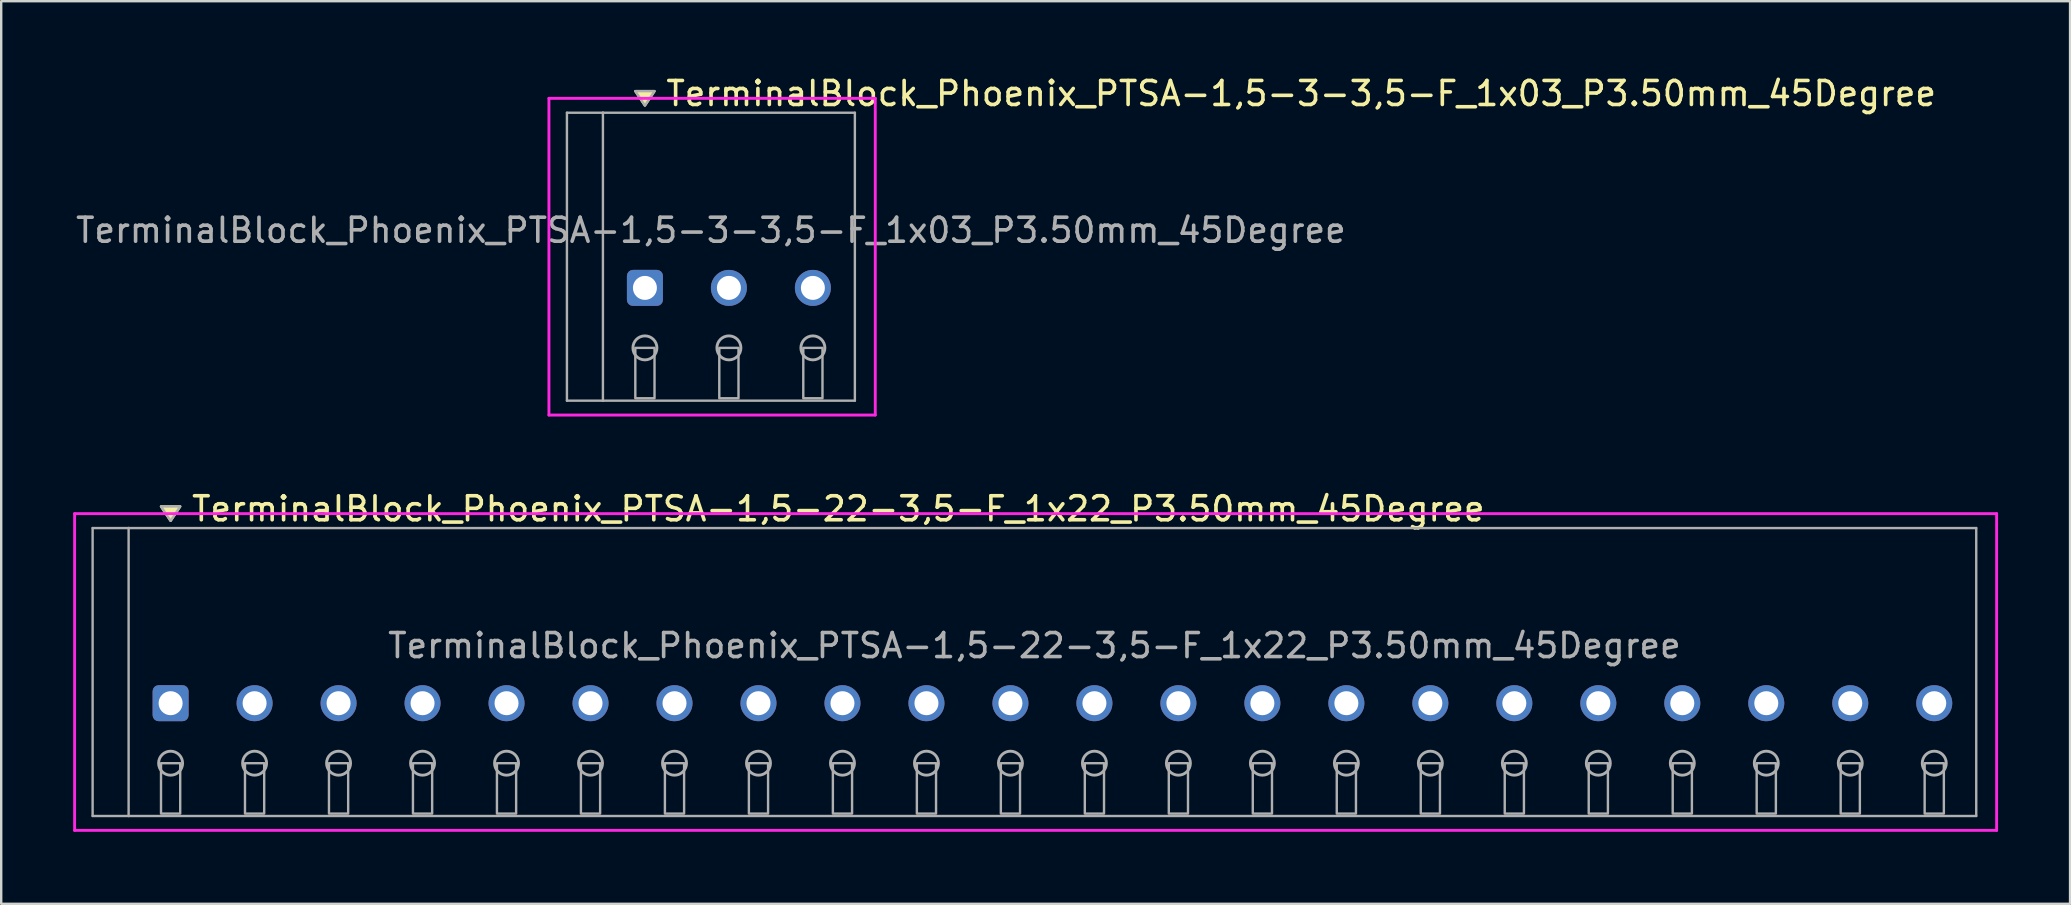
<source format=kicad_pcb>
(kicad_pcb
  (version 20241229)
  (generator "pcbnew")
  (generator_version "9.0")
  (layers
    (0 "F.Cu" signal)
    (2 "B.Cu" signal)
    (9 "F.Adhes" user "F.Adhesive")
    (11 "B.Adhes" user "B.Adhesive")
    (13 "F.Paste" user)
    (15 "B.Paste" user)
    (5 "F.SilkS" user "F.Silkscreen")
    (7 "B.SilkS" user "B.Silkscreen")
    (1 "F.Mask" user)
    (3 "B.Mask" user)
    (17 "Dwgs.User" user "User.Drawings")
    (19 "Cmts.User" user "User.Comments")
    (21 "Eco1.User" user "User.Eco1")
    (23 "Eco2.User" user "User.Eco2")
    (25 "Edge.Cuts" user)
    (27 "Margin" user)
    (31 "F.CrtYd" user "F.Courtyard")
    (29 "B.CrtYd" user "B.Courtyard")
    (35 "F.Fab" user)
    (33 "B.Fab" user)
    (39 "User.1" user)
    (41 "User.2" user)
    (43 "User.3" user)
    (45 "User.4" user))
  (footprint "TerminalBlock_Phoenix_PTSA-1,5-22-3,5-F_1x22_P3.50mm_45Degree"
    (layer "F.Cu")
    (at 4.06 26.256)
    (property "Reference" "TerminalBlock_Phoenix_PTSA-1,5-22-3,5-F_1x22_P3.50mm_45Degree" (at 0.8 -8.1 0) (layer "F.SilkS") (effects (font (size 1 1) (thickness 0.15)) (justify left)))
    (attr through_hole)
    (fp_poly (pts (xy 0 -7.6) (xy -0.4 -8.2) (xy 0.4 -8.2)) (stroke (width 0.1) (type solid)) (fill yes) (layer "F.SilkS"))
    (fp_line (start -4 -7.9) (end 76.1 -7.9) (stroke (width 0.12) (type solid)) (layer "F.CrtYd"))
    (fp_line (start -4 5.3) (end -4 -7.9) (stroke (width 0.12) (type solid)) (layer "F.CrtYd"))
    (fp_line (start 76.1 -7.9) (end 76.1 5.3) (stroke (width 0.12) (type solid)) (layer "F.CrtYd"))
    (fp_line (start 76.1 5.3) (end -4 5.3) (stroke (width 0.12) (type solid)) (layer "F.CrtYd"))
    (fp_line (start -3.25 -7.3) (end -1.75 -7.3) (stroke (width 0.1) (type solid)) (layer "F.Fab"))
    (fp_line (start -3.25 4.7) (end -3.25 -7.3) (stroke (width 0.1) (type solid)) (layer "F.Fab"))
    (fp_line (start -1.75 -7.3) (end -1.75 4.7) (stroke (width 0.1) (type solid)) (layer "F.Fab"))
    (fp_line (start -1.75 4.7) (end -3.25 4.7) (stroke (width 0.1) (type solid)) (layer "F.Fab"))
    (fp_line (start -1.75 4.7) (end 75.25 4.7) (stroke (width 0.1) (type solid)) (layer "F.Fab"))
    (fp_line (start 75.25 -7.3) (end -1.75 -7.3) (stroke (width 0.1) (type solid)) (layer "F.Fab"))
    (fp_line (start 75.25 4.7) (end 75.25 -7.3) (stroke (width 0.1) (type solid)) (layer "F.Fab"))
    (fp_circle (center 0 2.5) (end -0.5 2.5) (stroke (width 0.12) (type solid)) (fill no) (layer "F.Fab"))
    (fp_circle (center 3.5 2.5) (end 3 2.5) (stroke (width 0.12) (type solid)) (fill no) (layer "F.Fab"))
    (fp_circle (center 7 2.5) (end 6.5 2.5) (stroke (width 0.12) (type solid)) (fill no) (layer "F.Fab"))
    (fp_circle (center 10.5 2.5) (end 10 2.5) (stroke (width 0.12) (type solid)) (fill no) (layer "F.Fab"))
    (fp_circle (center 14 2.5) (end 13.5 2.5) (stroke (width 0.12) (type solid)) (fill no) (layer "F.Fab"))
    (fp_circle (center 17.5 2.5) (end 17 2.5) (stroke (width 0.12) (type solid)) (fill no) (layer "F.Fab"))
    (fp_circle (center 21 2.5) (end 20.5 2.5) (stroke (width 0.12) (type solid)) (fill no) (layer "F.Fab"))
    (fp_circle (center 24.5 2.5) (end 24 2.5) (stroke (width 0.12) (type solid)) (fill no) (layer "F.Fab"))
    (fp_circle (center 28 2.5) (end 27.5 2.5) (stroke (width 0.12) (type solid)) (fill no) (layer "F.Fab"))
    (fp_circle (center 31.5 2.5) (end 31 2.5) (stroke (width 0.12) (type solid)) (fill no) (layer "F.Fab"))
    (fp_circle (center 35 2.5) (end 34.5 2.5) (stroke (width 0.12) (type solid)) (fill no) (layer "F.Fab"))
    (fp_circle (center 38.5 2.5) (end 38 2.5) (stroke (width 0.12) (type solid)) (fill no) (layer "F.Fab"))
    (fp_circle (center 42 2.5) (end 41.5 2.5) (stroke (width 0.12) (type solid)) (fill no) (layer "F.Fab"))
    (fp_circle (center 45.5 2.5) (end 45 2.5) (stroke (width 0.12) (type solid)) (fill no) (layer "F.Fab"))
    (fp_circle (center 49 2.5) (end 48.5 2.5) (stroke (width 0.12) (type solid)) (fill no) (layer "F.Fab"))
    (fp_circle (center 52.5 2.5) (end 52 2.5) (stroke (width 0.12) (type solid)) (fill no) (layer "F.Fab"))
    (fp_circle (center 56 2.5) (end 55.5 2.5) (stroke (width 0.12) (type solid)) (fill no) (layer "F.Fab"))
    (fp_circle (center 59.5 2.5) (end 59 2.5) (stroke (width 0.12) (type solid)) (fill no) (layer "F.Fab"))
    (fp_circle (center 63 2.5) (end 62.5 2.5) (stroke (width 0.12) (type solid)) (fill no) (layer "F.Fab"))
    (fp_circle (center 66.5 2.5) (end 66 2.5) (stroke (width 0.12) (type solid)) (fill no) (layer "F.Fab"))
    (fp_circle (center 70 2.5) (end 69.5 2.5) (stroke (width 0.12) (type solid)) (fill no) (layer "F.Fab"))
    (fp_circle (center 73.5 2.5) (end 73 2.5) (stroke (width 0.12) (type solid)) (fill no) (layer "F.Fab"))
    (fp_poly (pts (xy 0 -7.6) (xy -0.4 -8.2) (xy 0.4 -8.2)) (stroke (width 0.1) (type solid)) (fill no) (layer "F.Fab"))
    (fp_poly (pts (xy -0.4 2.5) (xy -0.4 4.6) (xy 0.4 4.6) (xy 0.4 2.5)) (stroke (width 0.1) (type solid)) (fill no) (layer "F.Fab"))
    (fp_poly (pts (xy 3.1 2.5) (xy 3.1 4.6) (xy 3.9 4.6) (xy 3.9 2.5)) (stroke (width 0.1) (type solid)) (fill no) (layer "F.Fab"))
    (fp_poly (pts (xy 6.6 2.5) (xy 6.6 4.6) (xy 7.4 4.6) (xy 7.4 2.5)) (stroke (width 0.1) (type solid)) (fill no) (layer "F.Fab"))
    (fp_poly (pts (xy 10.1 2.5) (xy 10.1 4.6) (xy 10.9 4.6) (xy 10.9 2.5)) (stroke (width 0.1) (type solid)) (fill no) (layer "F.Fab"))
    (fp_poly (pts (xy 13.6 2.5) (xy 13.6 4.6) (xy 14.4 4.6) (xy 14.4 2.5)) (stroke (width 0.1) (type solid)) (fill no) (layer "F.Fab"))
    (fp_poly (pts (xy 17.1 2.5) (xy 17.1 4.6) (xy 17.9 4.6) (xy 17.9 2.5)) (stroke (width 0.1) (type solid)) (fill no) (layer "F.Fab"))
    (fp_poly (pts (xy 20.6 2.5) (xy 20.6 4.6) (xy 21.4 4.6) (xy 21.4 2.5)) (stroke (width 0.1) (type solid)) (fill no) (layer "F.Fab"))
    (fp_poly (pts (xy 24.1 2.5) (xy 24.1 4.6) (xy 24.9 4.6) (xy 24.9 2.5)) (stroke (width 0.1) (type solid)) (fill no) (layer "F.Fab"))
    (fp_poly (pts (xy 27.6 2.5) (xy 27.6 4.6) (xy 28.4 4.6) (xy 28.4 2.5)) (stroke (width 0.1) (type solid)) (fill no) (layer "F.Fab"))
    (fp_poly (pts (xy 31.1 2.5) (xy 31.1 4.6) (xy 31.9 4.6) (xy 31.9 2.5)) (stroke (width 0.1) (type solid)) (fill no) (layer "F.Fab"))
    (fp_poly (pts (xy 34.6 2.5) (xy 34.6 4.6) (xy 35.4 4.6) (xy 35.4 2.5)) (stroke (width 0.1) (type solid)) (fill no) (layer "F.Fab"))
    (fp_poly (pts (xy 38.1 2.5) (xy 38.1 4.6) (xy 38.9 4.6) (xy 38.9 2.5)) (stroke (width 0.1) (type solid)) (fill no) (layer "F.Fab"))
    (fp_poly (pts (xy 41.6 2.5) (xy 41.6 4.6) (xy 42.4 4.6) (xy 42.4 2.5)) (stroke (width 0.1) (type solid)) (fill no) (layer "F.Fab"))
    (fp_poly (pts (xy 45.1 2.5) (xy 45.1 4.6) (xy 45.9 4.6) (xy 45.9 2.5)) (stroke (width 0.1) (type solid)) (fill no) (layer "F.Fab"))
    (fp_poly (pts (xy 48.6 2.5) (xy 48.6 4.6) (xy 49.4 4.6) (xy 49.4 2.5)) (stroke (width 0.1) (type solid)) (fill no) (layer "F.Fab"))
    (fp_poly (pts (xy 52.1 2.5) (xy 52.1 4.6) (xy 52.9 4.6) (xy 52.9 2.5)) (stroke (width 0.1) (type solid)) (fill no) (layer "F.Fab"))
    (fp_poly (pts (xy 55.6 2.5) (xy 55.6 4.6) (xy 56.4 4.6) (xy 56.4 2.5)) (stroke (width 0.1) (type solid)) (fill no) (layer "F.Fab"))
    (fp_poly (pts (xy 59.1 2.5) (xy 59.1 4.6) (xy 59.9 4.6) (xy 59.9 2.5)) (stroke (width 0.1) (type solid)) (fill no) (layer "F.Fab"))
    (fp_poly (pts (xy 62.6 2.5) (xy 62.6 4.6) (xy 63.4 4.6) (xy 63.4 2.5)) (stroke (width 0.1) (type solid)) (fill no) (layer "F.Fab"))
    (fp_poly (pts (xy 66.1 2.5) (xy 66.1 4.6) (xy 66.9 4.6) (xy 66.9 2.5)) (stroke (width 0.1) (type solid)) (fill no) (layer "F.Fab"))
    (fp_poly (pts (xy 69.6 2.5) (xy 69.6 4.6) (xy 70.4 4.6) (xy 70.4 2.5)) (stroke (width 0.1) (type solid)) (fill no) (layer "F.Fab"))
    (fp_poly (pts (xy 73.1 2.5) (xy 73.1 4.6) (xy 73.9 4.6) (xy 73.9 2.5)) (stroke (width 0.1) (type solid)) (fill no) (layer "F.Fab"))
    (fp_text user "${REFERENCE}" (at 36 -2.4 0) (layer "F.Fab") (effects (font (size 1 1) (thickness 0.15))))
    (pad "1" thru_hole roundrect (at 0 0) (size 1.5 1.5) (drill 1) (layers "*.Cu" "*.Mask") (roundrect_rratio 0.167))
    (pad "2" thru_hole oval (at 3.5 0) (size 1.5 1.5) (drill 1) (layers "*.Cu" "*.Mask"))
    (pad "3" thru_hole oval (at 7 0) (size 1.5 1.5) (drill 1) (layers "*.Cu" "*.Mask"))
    (pad "4" thru_hole oval (at 10.5 0) (size 1.5 1.5) (drill 1) (layers "*.Cu" "*.Mask"))
    (pad "5" thru_hole oval (at 14 0) (size 1.5 1.5) (drill 1) (layers "*.Cu" "*.Mask"))
    (pad "6" thru_hole oval (at 17.5 0) (size 1.5 1.5) (drill 1) (layers "*.Cu" "*.Mask"))
    (pad "7" thru_hole oval (at 21 0) (size 1.5 1.5) (drill 1) (layers "*.Cu" "*.Mask"))
    (pad "8" thru_hole oval (at 24.5 0) (size 1.5 1.5) (drill 1) (layers "*.Cu" "*.Mask"))
    (pad "9" thru_hole oval (at 28 0) (size 1.5 1.5) (drill 1) (layers "*.Cu" "*.Mask"))
    (pad "10" thru_hole oval (at 31.5 0) (size 1.5 1.5) (drill 1) (layers "*.Cu" "*.Mask"))
    (pad "11" thru_hole oval (at 35 0) (size 1.5 1.5) (drill 1) (layers "*.Cu" "*.Mask"))
    (pad "12" thru_hole oval (at 38.5 0) (size 1.5 1.5) (drill 1) (layers "*.Cu" "*.Mask"))
    (pad "13" thru_hole oval (at 42 0) (size 1.5 1.5) (drill 1) (layers "*.Cu" "*.Mask"))
    (pad "14" thru_hole oval (at 45.5 0) (size 1.5 1.5) (drill 1) (layers "*.Cu" "*.Mask"))
    (pad "15" thru_hole oval (at 49 0) (size 1.5 1.5) (drill 1) (layers "*.Cu" "*.Mask"))
    (pad "16" thru_hole oval (at 52.5 0) (size 1.5 1.5) (drill 1) (layers "*.Cu" "*.Mask"))
    (pad "17" thru_hole oval (at 56 0) (size 1.5 1.5) (drill 1) (layers "*.Cu" "*.Mask"))
    (pad "18" thru_hole oval (at 59.5 0) (size 1.5 1.5) (drill 1) (layers "*.Cu" "*.Mask"))
    (pad "19" thru_hole oval (at 63 0) (size 1.5 1.5) (drill 1) (layers "*.Cu" "*.Mask"))
    (pad "20" thru_hole oval (at 66.5 0) (size 1.5 1.5) (drill 1) (layers "*.Cu" "*.Mask"))
    (pad "21" thru_hole oval (at 70 0) (size 1.5 1.5) (drill 1) (layers "*.Cu" "*.Mask"))
    (pad "22" thru_hole oval (at 73.5 0) (size 1.5 1.5) (drill 1) (layers "*.Cu" "*.Mask")))
  (footprint "TerminalBlock_Phoenix_PTSA-1,5-3-3,5-F_1x03_P3.50mm_45Degree"
    (layer "F.Cu")
    (at 23.827 8.948)
    (property "Reference" "TerminalBlock_Phoenix_PTSA-1,5-3-3,5-F_1x03_P3.50mm_45Degree" (at 0.8 -8.1 0) (layer "F.SilkS") (effects (font (size 1 1) (thickness 0.15)) (justify left)))
    (attr through_hole)
    (fp_poly (pts (xy 0 -7.6) (xy -0.4 -8.2) (xy 0.4 -8.2)) (stroke (width 0.1) (type solid)) (fill yes) (layer "F.SilkS"))
    (fp_line (start -4 -7.9) (end 9.6 -7.9) (stroke (width 0.12) (type solid)) (layer "F.CrtYd"))
    (fp_line (start -4 5.3) (end -4 -7.9) (stroke (width 0.12) (type solid)) (layer "F.CrtYd"))
    (fp_line (start 9.6 -7.9) (end 9.6 5.3) (stroke (width 0.12) (type solid)) (layer "F.CrtYd"))
    (fp_line (start 9.6 5.3) (end -4 5.3) (stroke (width 0.12) (type solid)) (layer "F.CrtYd"))
    (fp_line (start -3.25 -7.3) (end -1.75 -7.3) (stroke (width 0.1) (type solid)) (layer "F.Fab"))
    (fp_line (start -3.25 4.7) (end -3.25 -7.3) (stroke (width 0.1) (type solid)) (layer "F.Fab"))
    (fp_line (start -1.75 -7.3) (end -1.75 4.7) (stroke (width 0.1) (type solid)) (layer "F.Fab"))
    (fp_line (start -1.75 4.7) (end -3.25 4.7) (stroke (width 0.1) (type solid)) (layer "F.Fab"))
    (fp_line (start -1.75 4.7) (end 8.75 4.7) (stroke (width 0.1) (type solid)) (layer "F.Fab"))
    (fp_line (start 8.75 -7.3) (end -1.75 -7.3) (stroke (width 0.1) (type solid)) (layer "F.Fab"))
    (fp_line (start 8.75 4.7) (end 8.75 -7.3) (stroke (width 0.1) (type solid)) (layer "F.Fab"))
    (fp_circle (center 0 2.5) (end -0.5 2.5) (stroke (width 0.12) (type solid)) (fill no) (layer "F.Fab"))
    (fp_circle (center 3.5 2.5) (end 3 2.5) (stroke (width 0.12) (type solid)) (fill no) (layer "F.Fab"))
    (fp_circle (center 7 2.5) (end 6.5 2.5) (stroke (width 0.12) (type solid)) (fill no) (layer "F.Fab"))
    (fp_poly (pts (xy 0 -7.6) (xy -0.4 -8.2) (xy 0.4 -8.2)) (stroke (width 0.1) (type solid)) (fill no) (layer "F.Fab"))
    (fp_poly (pts (xy -0.4 2.5) (xy -0.4 4.6) (xy 0.4 4.6) (xy 0.4 2.5)) (stroke (width 0.1) (type solid)) (fill no) (layer "F.Fab"))
    (fp_poly (pts (xy 3.1 2.5) (xy 3.1 4.6) (xy 3.9 4.6) (xy 3.9 2.5)) (stroke (width 0.1) (type solid)) (fill no) (layer "F.Fab"))
    (fp_poly (pts (xy 6.6 2.5) (xy 6.6 4.6) (xy 7.4 4.6) (xy 7.4 2.5)) (stroke (width 0.1) (type solid)) (fill no) (layer "F.Fab"))
    (fp_text user "${REFERENCE}" (at 2.75 -2.4 0) (layer "F.Fab") (effects (font (size 1 1) (thickness 0.15))))
    (pad "1" thru_hole roundrect (at 0 0) (size 1.5 1.5) (drill 1) (layers "*.Cu" "*.Mask") (roundrect_rratio 0.167))
    (pad "2" thru_hole oval (at 3.5 0) (size 1.5 1.5) (drill 1) (layers "*.Cu" "*.Mask"))
    (pad "3" thru_hole oval (at 7 0) (size 1.5 1.5) (drill 1) (layers "*.Cu" "*.Mask")))
  (gr_rect
    (start -3 -3)
    (end 83.22 34.617)
    (stroke (width 0.1) (type default))
    (fill no)
    (layer "Edge.Cuts")))
</source>
